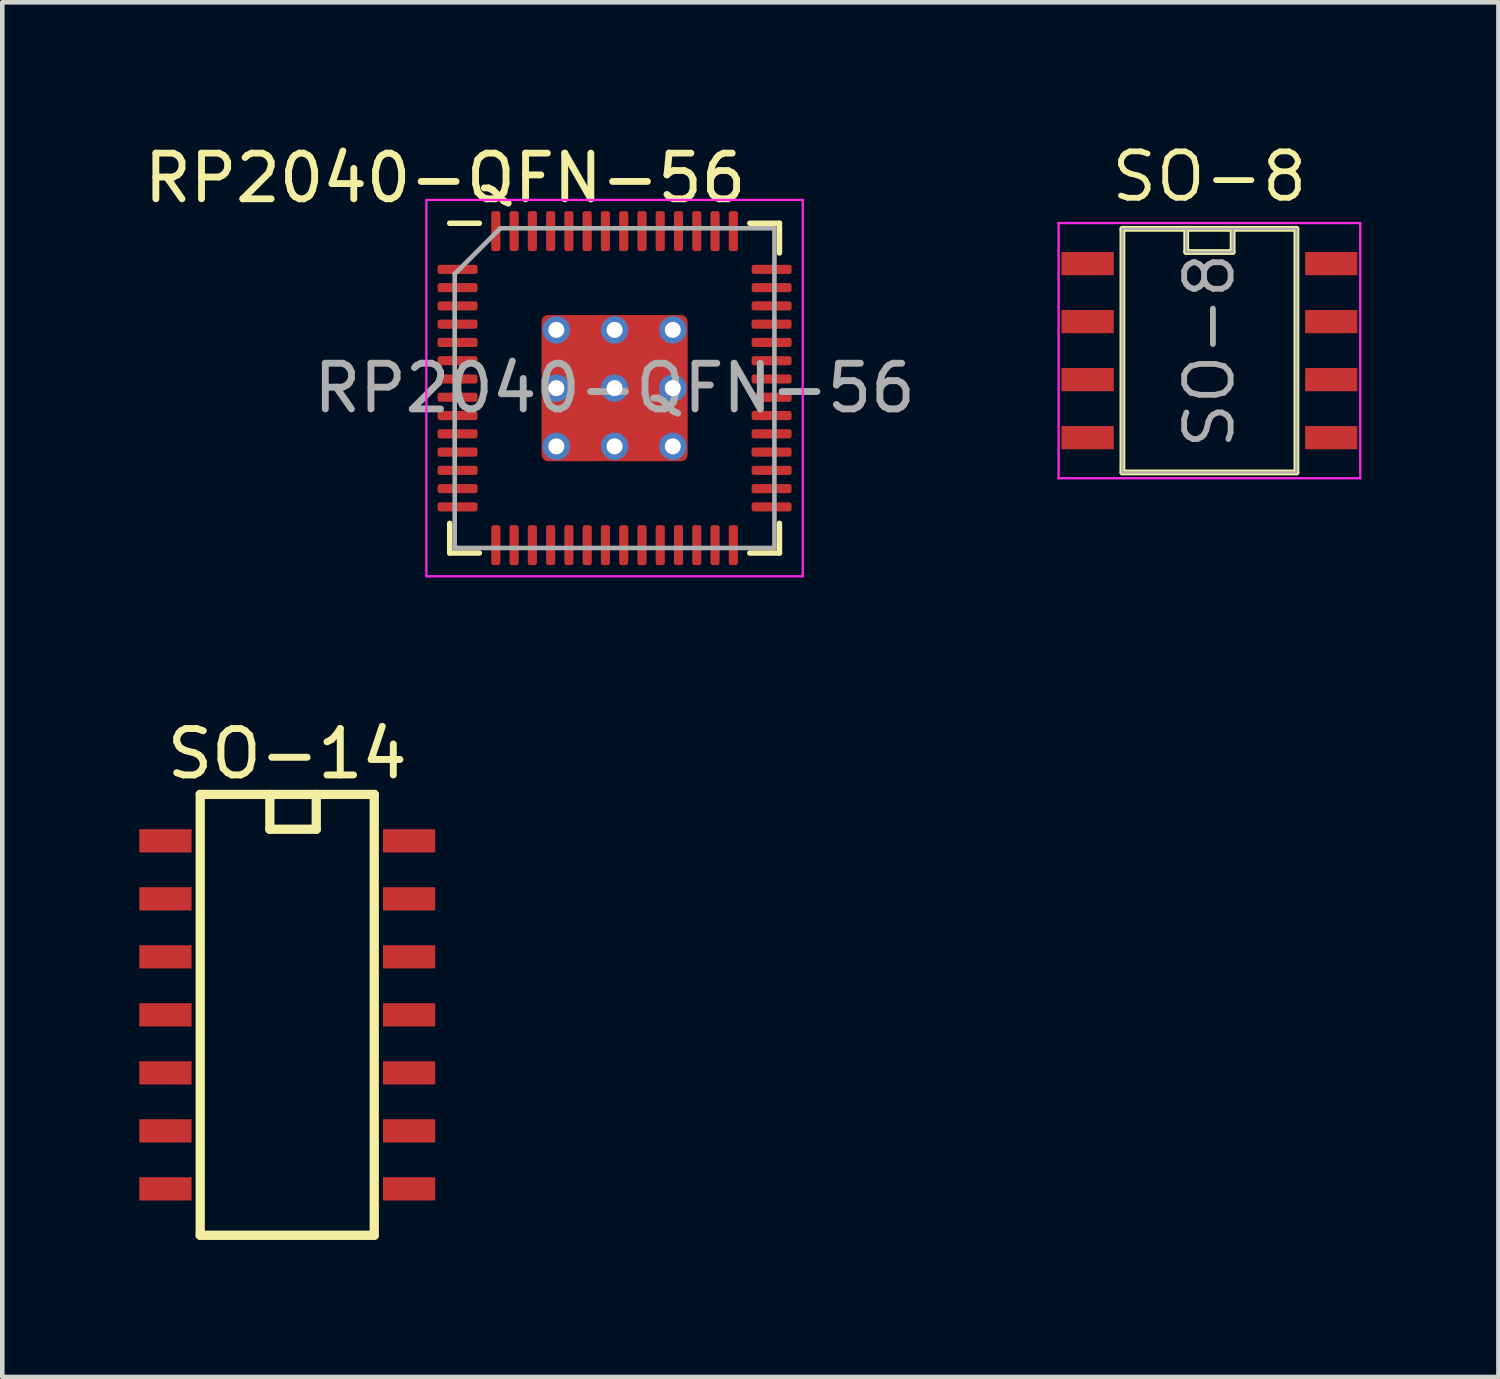
<source format=kicad_pcb>
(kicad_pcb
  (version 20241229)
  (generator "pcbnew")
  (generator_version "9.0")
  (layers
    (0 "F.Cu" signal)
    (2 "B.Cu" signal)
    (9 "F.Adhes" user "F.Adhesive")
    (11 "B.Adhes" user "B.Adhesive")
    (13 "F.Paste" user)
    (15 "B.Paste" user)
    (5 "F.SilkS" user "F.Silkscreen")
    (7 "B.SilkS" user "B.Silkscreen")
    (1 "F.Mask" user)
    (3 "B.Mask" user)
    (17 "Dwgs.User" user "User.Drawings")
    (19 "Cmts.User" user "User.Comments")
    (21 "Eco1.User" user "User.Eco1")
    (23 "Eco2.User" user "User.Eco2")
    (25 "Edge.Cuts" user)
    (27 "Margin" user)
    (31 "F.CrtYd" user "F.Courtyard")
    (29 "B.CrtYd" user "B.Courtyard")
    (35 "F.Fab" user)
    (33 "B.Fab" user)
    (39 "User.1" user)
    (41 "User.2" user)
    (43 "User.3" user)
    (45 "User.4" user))
  (footprint "SO-14"
    (layer "F.Cu")
    (at 3.239 19.043)
    (property "Reference" "SO-14" (at 0 -5.588 0) (layer "F.SilkS") (effects (font (size 1.016 1.016) (thickness 0.152))))
    (attr smd)
    (fp_line (start -1.905 -4.699) (end 1.905 -4.699) (stroke (width 0.203) (type solid)) (layer "F.SilkS"))
    (fp_line (start -1.905 4.953) (end -1.905 -4.699) (stroke (width 0.203) (type solid)) (layer "F.SilkS"))
    (fp_line (start -0.381 -3.937) (end -0.381 -4.699) (stroke (width 0.203) (type solid)) (layer "F.SilkS"))
    (fp_line (start 0.635 -4.699) (end 0.635 -3.937) (stroke (width 0.203) (type solid)) (layer "F.SilkS"))
    (fp_line (start 0.635 -3.937) (end -0.381 -3.937) (stroke (width 0.203) (type solid)) (layer "F.SilkS"))
    (fp_line (start 1.905 -4.699) (end 1.905 4.953) (stroke (width 0.203) (type solid)) (layer "F.SilkS"))
    (fp_line (start 1.905 4.953) (end -1.905 4.953) (stroke (width 0.203) (type solid)) (layer "F.SilkS"))
    (pad "1" smd rect (at -2.667 -3.683 270) (size 0.508 1.143) (layers "F.Cu" "F.Mask" "F.Paste"))
    (pad "2" smd rect (at -2.667 -2.413 270) (size 0.508 1.143) (layers "F.Cu" "F.Mask" "F.Paste"))
    (pad "3" smd rect (at -2.667 -1.143 270) (size 0.508 1.143) (layers "F.Cu" "F.Mask" "F.Paste"))
    (pad "4" smd rect (at -2.667 0.127 270) (size 0.508 1.143) (layers "F.Cu" "F.Mask" "F.Paste"))
    (pad "5" smd rect (at -2.667 1.397 270) (size 0.508 1.143) (layers "F.Cu" "F.Mask" "F.Paste"))
    (pad "6" smd rect (at -2.667 2.667 270) (size 0.508 1.143) (layers "F.Cu" "F.Mask" "F.Paste"))
    (pad "7" smd rect (at -2.667 3.937 270) (size 0.508 1.143) (layers "F.Cu" "F.Mask" "F.Paste"))
    (pad "8" smd rect (at 2.667 3.937 270) (size 0.508 1.143) (layers "F.Cu" "F.Mask" "F.Paste"))
    (pad "9" smd rect (at 2.667 2.667 270) (size 0.508 1.143) (layers "F.Cu" "F.Mask" "F.Paste"))
    (pad "10" smd rect (at 2.667 1.397 270) (size 0.508 1.143) (layers "F.Cu" "F.Mask" "F.Paste"))
    (pad "11" smd rect (at 2.667 0.127 270) (size 0.508 1.143) (layers "F.Cu" "F.Mask" "F.Paste"))
    (pad "12" smd rect (at 2.667 -1.143 270) (size 0.508 1.143) (layers "F.Cu" "F.Mask" "F.Paste"))
    (pad "13" smd rect (at 2.667 -2.413 270) (size 0.508 1.143) (layers "F.Cu" "F.Mask" "F.Paste"))
    (pad "14" smd rect (at 2.667 -3.683 270) (size 0.508 1.143) (layers "F.Cu" "F.Mask" "F.Paste")))
  (footprint "RP2040-QFN-56"
    (layer "F.Cu")
    (at 10.406 5.448)
    (property "Reference" "RP2040-QFN-56" (at -3.71 -4.6 0) (layer "F.SilkS") (effects (font (size 1 1) (thickness 0.15))))
    (attr smd)
    (fp_line (start -3.61 3.61) (end -3.61 2.96) (stroke (width 0.12) (type solid)) (layer "F.SilkS"))
    (fp_line (start -2.96 -3.61) (end -3.61 -3.61) (stroke (width 0.12) (type solid)) (layer "F.SilkS"))
    (fp_line (start -2.96 3.61) (end -3.61 3.61) (stroke (width 0.12) (type solid)) (layer "F.SilkS"))
    (fp_line (start 2.96 -3.61) (end 3.61 -3.61) (stroke (width 0.12) (type solid)) (layer "F.SilkS"))
    (fp_line (start 2.96 3.61) (end 3.61 3.61) (stroke (width 0.12) (type solid)) (layer "F.SilkS"))
    (fp_line (start 3.61 -3.61) (end 3.61 -2.96) (stroke (width 0.12) (type solid)) (layer "F.SilkS"))
    (fp_line (start 3.61 3.61) (end 3.61 2.96) (stroke (width 0.12) (type solid)) (layer "F.SilkS"))
    (fp_line (start -4.12 -4.12) (end -4.12 4.12) (stroke (width 0.05) (type solid)) (layer "F.CrtYd"))
    (fp_line (start -4.12 4.12) (end 4.12 4.12) (stroke (width 0.05) (type solid)) (layer "F.CrtYd"))
    (fp_line (start 4.12 -4.12) (end -4.12 -4.12) (stroke (width 0.05) (type solid)) (layer "F.CrtYd"))
    (fp_line (start 4.12 4.12) (end 4.12 -4.12) (stroke (width 0.05) (type solid)) (layer "F.CrtYd"))
    (fp_line (start -3.5 -2.5) (end -2.5 -3.5) (stroke (width 0.1) (type solid)) (layer "F.Fab"))
    (fp_line (start -3.5 3.5) (end -3.5 -2.5) (stroke (width 0.1) (type solid)) (layer "F.Fab"))
    (fp_line (start -2.5 -3.5) (end 3.5 -3.5) (stroke (width 0.1) (type solid)) (layer "F.Fab"))
    (fp_line (start 3.5 -3.5) (end 3.5 3.5) (stroke (width 0.1) (type solid)) (layer "F.Fab"))
    (fp_line (start 3.5 3.5) (end -3.5 3.5) (stroke (width 0.1) (type solid)) (layer "F.Fab"))
    (fp_text user "${REFERENCE}" (at 0 0 0) (layer "F.Fab") (effects (font (size 1 1) (thickness 0.15))))
    (pad "" smd roundrect (at -0.637 -0.637) (size 1.084 1.084) (layers "F.Paste") (roundrect_rratio 0.231))
    (pad "" smd roundrect (at -0.637 0.637) (size 1.084 1.084) (layers "F.Paste") (roundrect_rratio 0.231))
    (pad "" smd roundrect (at 0.637 -0.637) (size 1.084 1.084) (layers "F.Paste") (roundrect_rratio 0.231))
    (pad "" smd roundrect (at 0.637 0.637) (size 1.084 1.084) (layers "F.Paste") (roundrect_rratio 0.231))
    (pad "1" smd roundrect (at -3.438 -2.6) (size 0.875 0.2) (layers "F.Cu" "F.Mask" "F.Paste") (roundrect_rratio 0.25))
    (pad "2" smd roundrect (at -3.438 -2.2) (size 0.875 0.2) (layers "F.Cu" "F.Mask" "F.Paste") (roundrect_rratio 0.25))
    (pad "3" smd roundrect (at -3.438 -1.8) (size 0.875 0.2) (layers "F.Cu" "F.Mask" "F.Paste") (roundrect_rratio 0.25))
    (pad "4" smd roundrect (at -3.438 -1.4) (size 0.875 0.2) (layers "F.Cu" "F.Mask" "F.Paste") (roundrect_rratio 0.25))
    (pad "5" smd roundrect (at -3.438 -1) (size 0.875 0.2) (layers "F.Cu" "F.Mask" "F.Paste") (roundrect_rratio 0.25))
    (pad "6" smd roundrect (at -3.438 -0.6) (size 0.875 0.2) (layers "F.Cu" "F.Mask" "F.Paste") (roundrect_rratio 0.25))
    (pad "7" smd roundrect (at -3.438 -0.2) (size 0.875 0.2) (layers "F.Cu" "F.Mask" "F.Paste") (roundrect_rratio 0.25))
    (pad "8" smd roundrect (at -3.438 0.2) (size 0.875 0.2) (layers "F.Cu" "F.Mask" "F.Paste") (roundrect_rratio 0.25))
    (pad "9" smd roundrect (at -3.438 0.6) (size 0.875 0.2) (layers "F.Cu" "F.Mask" "F.Paste") (roundrect_rratio 0.25))
    (pad "10" smd roundrect (at -3.438 1) (size 0.875 0.2) (layers "F.Cu" "F.Mask" "F.Paste") (roundrect_rratio 0.25))
    (pad "11" smd roundrect (at -3.438 1.4) (size 0.875 0.2) (layers "F.Cu" "F.Mask" "F.Paste") (roundrect_rratio 0.25))
    (pad "12" smd roundrect (at -3.438 1.8) (size 0.875 0.2) (layers "F.Cu" "F.Mask" "F.Paste") (roundrect_rratio 0.25))
    (pad "13" smd roundrect (at -3.438 2.2) (size 0.875 0.2) (layers "F.Cu" "F.Mask" "F.Paste") (roundrect_rratio 0.25))
    (pad "14" smd roundrect (at -3.438 2.6) (size 0.875 0.2) (layers "F.Cu" "F.Mask" "F.Paste") (roundrect_rratio 0.25))
    (pad "15" smd roundrect (at -2.6 3.438) (size 0.2 0.875) (layers "F.Cu" "F.Mask" "F.Paste") (roundrect_rratio 0.25))
    (pad "16" smd roundrect (at -2.2 3.438) (size 0.2 0.875) (layers "F.Cu" "F.Mask" "F.Paste") (roundrect_rratio 0.25))
    (pad "17" smd roundrect (at -1.8 3.438) (size 0.2 0.875) (layers "F.Cu" "F.Mask" "F.Paste") (roundrect_rratio 0.25))
    (pad "18" smd roundrect (at -1.4 3.438) (size 0.2 0.875) (layers "F.Cu" "F.Mask" "F.Paste") (roundrect_rratio 0.25))
    (pad "19" smd roundrect (at -1 3.438) (size 0.2 0.875) (layers "F.Cu" "F.Mask" "F.Paste") (roundrect_rratio 0.25))
    (pad "20" smd roundrect (at -0.6 3.438) (size 0.2 0.875) (layers "F.Cu" "F.Mask" "F.Paste") (roundrect_rratio 0.25))
    (pad "21" smd roundrect (at -0.2 3.438) (size 0.2 0.875) (layers "F.Cu" "F.Mask" "F.Paste") (roundrect_rratio 0.25))
    (pad "22" smd roundrect (at 0.2 3.438) (size 0.2 0.875) (layers "F.Cu" "F.Mask" "F.Paste") (roundrect_rratio 0.25))
    (pad "23" smd roundrect (at 0.6 3.438) (size 0.2 0.875) (layers "F.Cu" "F.Mask" "F.Paste") (roundrect_rratio 0.25))
    (pad "24" smd roundrect (at 1 3.438) (size 0.2 0.875) (layers "F.Cu" "F.Mask" "F.Paste") (roundrect_rratio 0.25))
    (pad "25" smd roundrect (at 1.4 3.438) (size 0.2 0.875) (layers "F.Cu" "F.Mask" "F.Paste") (roundrect_rratio 0.25))
    (pad "26" smd roundrect (at 1.8 3.438) (size 0.2 0.875) (layers "F.Cu" "F.Mask" "F.Paste") (roundrect_rratio 0.25))
    (pad "27" smd roundrect (at 2.2 3.438) (size 0.2 0.875) (layers "F.Cu" "F.Mask" "F.Paste") (roundrect_rratio 0.25))
    (pad "28" smd roundrect (at 2.6 3.438) (size 0.2 0.875) (layers "F.Cu" "F.Mask" "F.Paste") (roundrect_rratio 0.25))
    (pad "29" smd roundrect (at 3.438 2.6) (size 0.875 0.2) (layers "F.Cu" "F.Mask" "F.Paste") (roundrect_rratio 0.25))
    (pad "30" smd roundrect (at 3.438 2.2) (size 0.875 0.2) (layers "F.Cu" "F.Mask" "F.Paste") (roundrect_rratio 0.25))
    (pad "31" smd roundrect (at 3.438 1.8) (size 0.875 0.2) (layers "F.Cu" "F.Mask" "F.Paste") (roundrect_rratio 0.25))
    (pad "32" smd roundrect (at 3.438 1.4) (size 0.875 0.2) (layers "F.Cu" "F.Mask" "F.Paste") (roundrect_rratio 0.25))
    (pad "33" smd roundrect (at 3.438 1) (size 0.875 0.2) (layers "F.Cu" "F.Mask" "F.Paste") (roundrect_rratio 0.25))
    (pad "34" smd roundrect (at 3.438 0.6) (size 0.875 0.2) (layers "F.Cu" "F.Mask" "F.Paste") (roundrect_rratio 0.25))
    (pad "35" smd roundrect (at 3.438 0.2) (size 0.875 0.2) (layers "F.Cu" "F.Mask" "F.Paste") (roundrect_rratio 0.25))
    (pad "36" smd roundrect (at 3.438 -0.2) (size 0.875 0.2) (layers "F.Cu" "F.Mask" "F.Paste") (roundrect_rratio 0.25))
    (pad "37" smd roundrect (at 3.438 -0.6) (size 0.875 0.2) (layers "F.Cu" "F.Mask" "F.Paste") (roundrect_rratio 0.25))
    (pad "38" smd roundrect (at 3.438 -1) (size 0.875 0.2) (layers "F.Cu" "F.Mask" "F.Paste") (roundrect_rratio 0.25))
    (pad "39" smd roundrect (at 3.438 -1.4) (size 0.875 0.2) (layers "F.Cu" "F.Mask" "F.Paste") (roundrect_rratio 0.25))
    (pad "40" smd roundrect (at 3.438 -1.8) (size 0.875 0.2) (layers "F.Cu" "F.Mask" "F.Paste") (roundrect_rratio 0.25))
    (pad "41" smd roundrect (at 3.438 -2.2) (size 0.875 0.2) (layers "F.Cu" "F.Mask" "F.Paste") (roundrect_rratio 0.25))
    (pad "42" smd roundrect (at 3.438 -2.6) (size 0.875 0.2) (layers "F.Cu" "F.Mask" "F.Paste") (roundrect_rratio 0.25))
    (pad "43" smd roundrect (at 2.6 -3.438) (size 0.2 0.875) (layers "F.Cu" "F.Mask" "F.Paste") (roundrect_rratio 0.25))
    (pad "44" smd roundrect (at 2.2 -3.438) (size 0.2 0.875) (layers "F.Cu" "F.Mask" "F.Paste") (roundrect_rratio 0.25))
    (pad "45" smd roundrect (at 1.8 -3.438) (size 0.2 0.875) (layers "F.Cu" "F.Mask" "F.Paste") (roundrect_rratio 0.25))
    (pad "46" smd roundrect (at 1.4 -3.438) (size 0.2 0.875) (layers "F.Cu" "F.Mask" "F.Paste") (roundrect_rratio 0.25))
    (pad "47" smd roundrect (at 1 -3.438) (size 0.2 0.875) (layers "F.Cu" "F.Mask" "F.Paste") (roundrect_rratio 0.25))
    (pad "48" smd roundrect (at 0.6 -3.438) (size 0.2 0.875) (layers "F.Cu" "F.Mask" "F.Paste") (roundrect_rratio 0.25))
    (pad "49" smd roundrect (at 0.2 -3.438) (size 0.2 0.875) (layers "F.Cu" "F.Mask" "F.Paste") (roundrect_rratio 0.25))
    (pad "50" smd roundrect (at -0.2 -3.438) (size 0.2 0.875) (layers "F.Cu" "F.Mask" "F.Paste") (roundrect_rratio 0.25))
    (pad "51" smd roundrect (at -0.6 -3.438) (size 0.2 0.875) (layers "F.Cu" "F.Mask" "F.Paste") (roundrect_rratio 0.25))
    (pad "52" smd roundrect (at -1 -3.438) (size 0.2 0.875) (layers "F.Cu" "F.Mask" "F.Paste") (roundrect_rratio 0.25))
    (pad "53" smd roundrect (at -1.4 -3.438) (size 0.2 0.875) (layers "F.Cu" "F.Mask" "F.Paste") (roundrect_rratio 0.25))
    (pad "54" smd roundrect (at -1.8 -3.438) (size 0.2 0.875) (layers "F.Cu" "F.Mask" "F.Paste") (roundrect_rratio 0.25))
    (pad "55" smd roundrect (at -2.2 -3.438) (size 0.2 0.875) (layers "F.Cu" "F.Mask" "F.Paste") (roundrect_rratio 0.25))
    (pad "56" smd roundrect (at -2.6 -3.438) (size 0.2 0.875) (layers "F.Cu" "F.Mask" "F.Paste") (roundrect_rratio 0.25))
    (pad "57" thru_hole circle (at -1.275 -1.275) (size 0.6 0.6) (drill 0.35) (layers "*.Cu"))
    (pad "57" thru_hole circle (at -1.275 0) (size 0.6 0.6) (drill 0.35) (layers "*.Cu"))
    (pad "57" thru_hole circle (at -1.275 1.275) (size 0.6 0.6) (drill 0.35) (layers "*.Cu"))
    (pad "57" thru_hole circle (at 0 -1.275) (size 0.6 0.6) (drill 0.35) (layers "*.Cu"))
    (pad "57" thru_hole circle (at 0 0) (size 0.6 0.6) (drill 0.35) (layers "*.Cu"))
    (pad "57" smd roundrect (at 0 0) (size 3.2 3.2) (layers "F.Cu" "F.Mask") (roundrect_rratio 0.045))
    (pad "57" thru_hole circle (at 0 1.275) (size 0.6 0.6) (drill 0.35) (layers "*.Cu"))
    (pad "57" thru_hole circle (at 1.275 -1.275) (size 0.6 0.6) (drill 0.35) (layers "*.Cu"))
    (pad "57" thru_hole circle (at 1.275 0) (size 0.6 0.6) (drill 0.35) (layers "*.Cu"))
    (pad "57" thru_hole circle (at 1.275 1.275) (size 0.6 0.6) (drill 0.35) (layers "*.Cu")))
  (footprint "SO-8"
    (layer "F.Cu")
    (at 23.43 4.627)
    (property "Reference" "SO-8" (at 0 -3.81 0) (layer "F.SilkS") (effects (font (size 1.016 1.016) (thickness 0.127))))
    (attr smd)
    (fp_line (start -1.905 -2.667) (end -1.905 2.667) (stroke (width 0.127) (type solid)) (layer "F.SilkS"))
    (fp_line (start -0.508 -2.159) (end -0.508 -2.667) (stroke (width 0.127) (type solid)) (layer "F.SilkS"))
    (fp_line (start 0.508 -2.667) (end 0.508 -2.159) (stroke (width 0.127) (type solid)) (layer "F.SilkS"))
    (fp_line (start 0.508 -2.159) (end -0.508 -2.159) (stroke (width 0.127) (type solid)) (layer "F.SilkS"))
    (fp_line (start 1.905 -2.667) (end -1.905 -2.667) (stroke (width 0.127) (type solid)) (layer "F.SilkS"))
    (fp_line (start 1.905 2.667) (end -1.905 2.667) (stroke (width 0.127) (type solid)) (layer "F.SilkS"))
    (fp_line (start 1.905 2.667) (end 1.905 -2.667) (stroke (width 0.127) (type solid)) (layer "F.SilkS"))
    (fp_line (start -3.302 -2.794) (end -3.302 2.794) (stroke (width 0.051) (type solid)) (layer "F.CrtYd"))
    (fp_line (start -3.302 2.794) (end 3.302 2.794) (stroke (width 0.051) (type solid)) (layer "F.CrtYd"))
    (fp_line (start 3.302 -2.794) (end -3.302 -2.794) (stroke (width 0.051) (type solid)) (layer "F.CrtYd"))
    (fp_line (start 3.302 2.794) (end 3.302 -2.794) (stroke (width 0.051) (type solid)) (layer "F.CrtYd"))
    (fp_line (start -1.905 -2.667) (end -1.905 2.667) (stroke (width 0.051) (type solid)) (layer "F.Fab"))
    (fp_line (start -1.905 -2.667) (end 1.905 -2.667) (stroke (width 0.051) (type solid)) (layer "F.Fab"))
    (fp_line (start -1.905 2.667) (end 1.905 2.667) (stroke (width 0.051) (type solid)) (layer "F.Fab"))
    (fp_line (start -0.508 -2.667) (end -0.508 -2.159) (stroke (width 0.051) (type solid)) (layer "F.Fab"))
    (fp_line (start -0.508 -2.159) (end 0.508 -2.159) (stroke (width 0.051) (type solid)) (layer "F.Fab"))
    (fp_line (start 0.508 -2.159) (end 0.508 -2.667) (stroke (width 0.051) (type solid)) (layer "F.Fab"))
    (fp_line (start 1.905 -2.667) (end 1.905 2.667) (stroke (width 0.051) (type solid)) (layer "F.Fab"))
    (fp_text user "${REFERENCE}" (at 0 0 90) (layer "F.Fab") (effects (font (size 1.016 1.016) (thickness 0.127))))
    (pad "1" smd rect (at -2.667 -1.905 270) (size 0.508 1.143) (layers "F.Cu" "F.Mask" "F.Paste"))
    (pad "2" smd rect (at -2.667 -0.635 270) (size 0.508 1.143) (layers "F.Cu" "F.Mask" "F.Paste"))
    (pad "3" smd rect (at -2.667 0.635 270) (size 0.508 1.143) (layers "F.Cu" "F.Mask" "F.Paste"))
    (pad "4" smd rect (at -2.667 1.905 270) (size 0.508 1.143) (layers "F.Cu" "F.Mask" "F.Paste"))
    (pad "5" smd rect (at 2.667 1.905 270) (size 0.508 1.143) (layers "F.Cu" "F.Mask" "F.Paste"))
    (pad "6" smd rect (at 2.667 0.635 270) (size 0.508 1.143) (layers "F.Cu" "F.Mask" "F.Paste"))
    (pad "7" smd rect (at 2.667 -0.635 270) (size 0.508 1.143) (layers "F.Cu" "F.Mask" "F.Paste"))
    (pad "8" smd rect (at 2.667 -1.905 270) (size 0.508 1.143) (layers "F.Cu" "F.Mask" "F.Paste")))
  (gr_rect
    (start -3 -3)
    (end 29.758 27.098)
    (stroke (width 0.1) (type default))
    (fill no)
    (layer "Edge.Cuts")))
</source>
